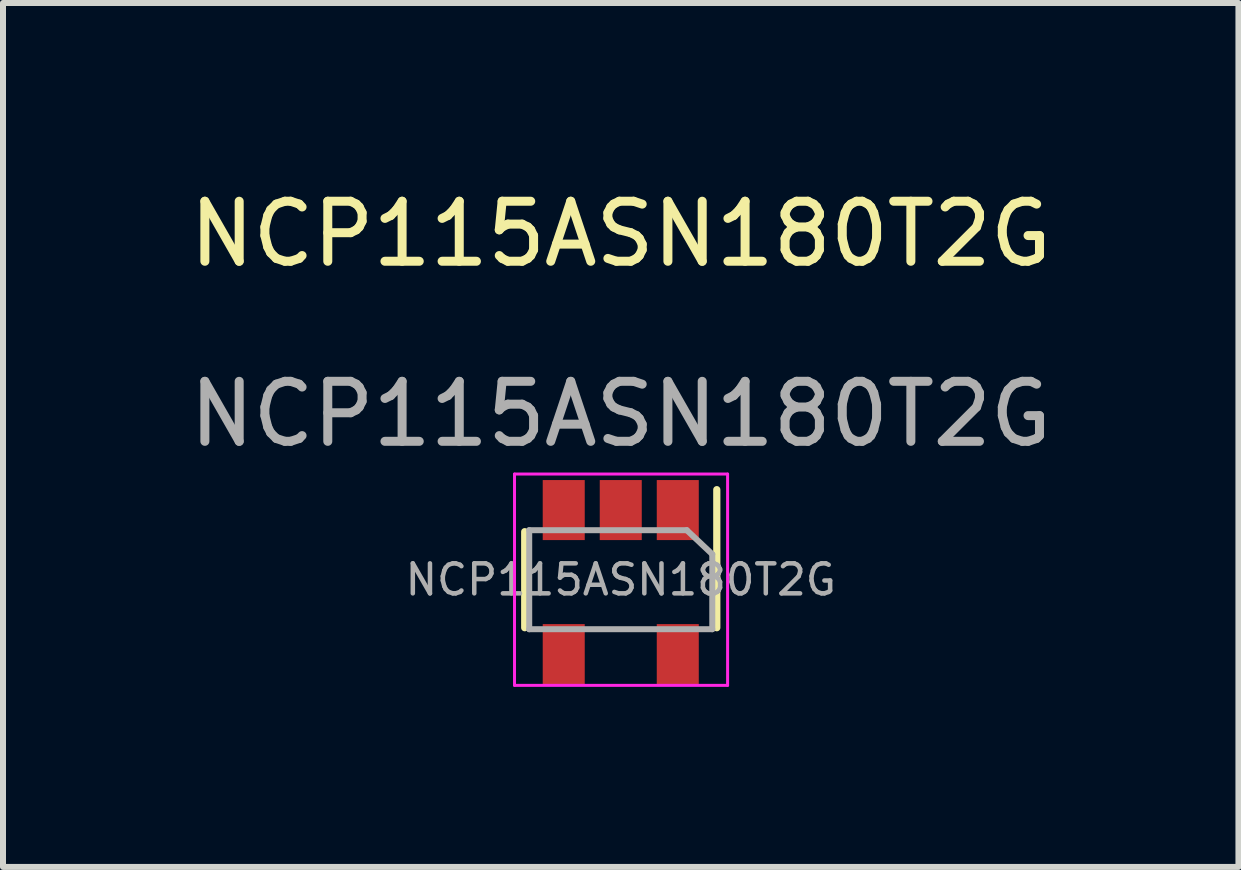
<source format=kicad_pcb>
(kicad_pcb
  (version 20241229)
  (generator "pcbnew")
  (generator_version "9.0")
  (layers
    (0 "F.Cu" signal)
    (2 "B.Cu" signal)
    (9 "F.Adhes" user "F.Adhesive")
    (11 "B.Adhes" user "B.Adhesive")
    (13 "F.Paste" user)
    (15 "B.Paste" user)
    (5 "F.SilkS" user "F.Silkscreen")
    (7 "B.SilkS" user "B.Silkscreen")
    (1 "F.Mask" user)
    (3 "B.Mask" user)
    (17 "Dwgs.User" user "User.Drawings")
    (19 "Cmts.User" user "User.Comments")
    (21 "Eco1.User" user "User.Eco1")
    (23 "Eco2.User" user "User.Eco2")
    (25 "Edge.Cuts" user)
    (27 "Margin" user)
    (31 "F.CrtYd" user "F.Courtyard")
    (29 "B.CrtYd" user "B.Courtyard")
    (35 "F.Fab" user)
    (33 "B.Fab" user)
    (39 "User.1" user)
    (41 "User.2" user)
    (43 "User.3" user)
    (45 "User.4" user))
  (footprint "NCP115ASN180T2G"
    (layer "F.Cu")
    (at 7.292 5.448)
    (property "Reference" "NCP115ASN180T2G" (at 0 -4.6 0) (unlocked yes) (layer "F.SilkS") (effects (font (size 1 1) (thickness 0.15))))
    (attr smd)
    (fp_line (start -1.6 0.36) (end -1.6 1.96) (stroke (width 0.12) (type solid)) (layer "F.SilkS"))
    (fp_line (start 1.6 1.96) (end 1.6 -0.34) (stroke (width 0.12) (type solid)) (layer "F.SilkS"))
    (fp_line (start -1.77 2.92) (end -1.77 -0.6) (stroke (width 0.05) (type solid)) (layer "F.CrtYd"))
    (fp_line (start -1.77 2.92) (end 1.78 2.92) (stroke (width 0.05) (type solid)) (layer "F.CrtYd"))
    (fp_line (start 1.78 -0.6) (end -1.77 -0.6) (stroke (width 0.05) (type solid)) (layer "F.CrtYd"))
    (fp_line (start 1.78 -0.6) (end 1.78 2.92) (stroke (width 0.05) (type solid)) (layer "F.CrtYd"))
    (fp_line (start -1.525 1.985) (end -1.525 0.335) (stroke (width 0.1) (type solid)) (layer "F.Fab"))
    (fp_line (start 1.1 0.335) (end -1.525 0.335) (stroke (width 0.1) (type solid)) (layer "F.Fab"))
    (fp_line (start 1.1 0.335) (end 1.525 0.735) (stroke (width 0.1) (type solid)) (layer "F.Fab"))
    (fp_line (start 1.525 1.985) (end -1.525 1.985) (stroke (width 0.1) (type solid)) (layer "F.Fab"))
    (fp_line (start 1.525 1.985) (end 1.525 0.735) (stroke (width 0.1) (type solid)) (layer "F.Fab"))
    (fp_text user "${REFERENCE}" (at 0 1.16 0) (layer "F.Fab") (effects (font (size 0.5 0.5) (thickness 0.075))))
    (fp_text user "${REFERENCE}" (at 0 -1.6 0) (unlocked yes) (layer "F.Fab") (effects (font (size 1 1) (thickness 0.15))))
    (pad "1" smd rect (at 0.95 0 270) (size 1 0.7) (layers "F.Cu" "F.Mask" "F.Paste"))
    (pad "2" smd rect (at 0 0 270) (size 1 0.7) (layers "F.Cu" "F.Mask" "F.Paste"))
    (pad "3" smd rect (at -0.95 0 270) (size 1 0.7) (layers "F.Cu" "F.Mask" "F.Paste"))
    (pad "4" smd rect (at -0.95 2.4 270) (size 1 0.7) (layers "F.Cu" "F.Mask" "F.Paste"))
    (pad "5" smd rect (at 0.95 2.4 270) (size 1 0.7) (layers "F.Cu" "F.Mask" "F.Paste")))
  (gr_rect
    (start -3 -3)
    (end 17.583 11.393)
    (stroke (width 0.1) (type default))
    (fill no)
    (layer "Edge.Cuts")))
</source>
